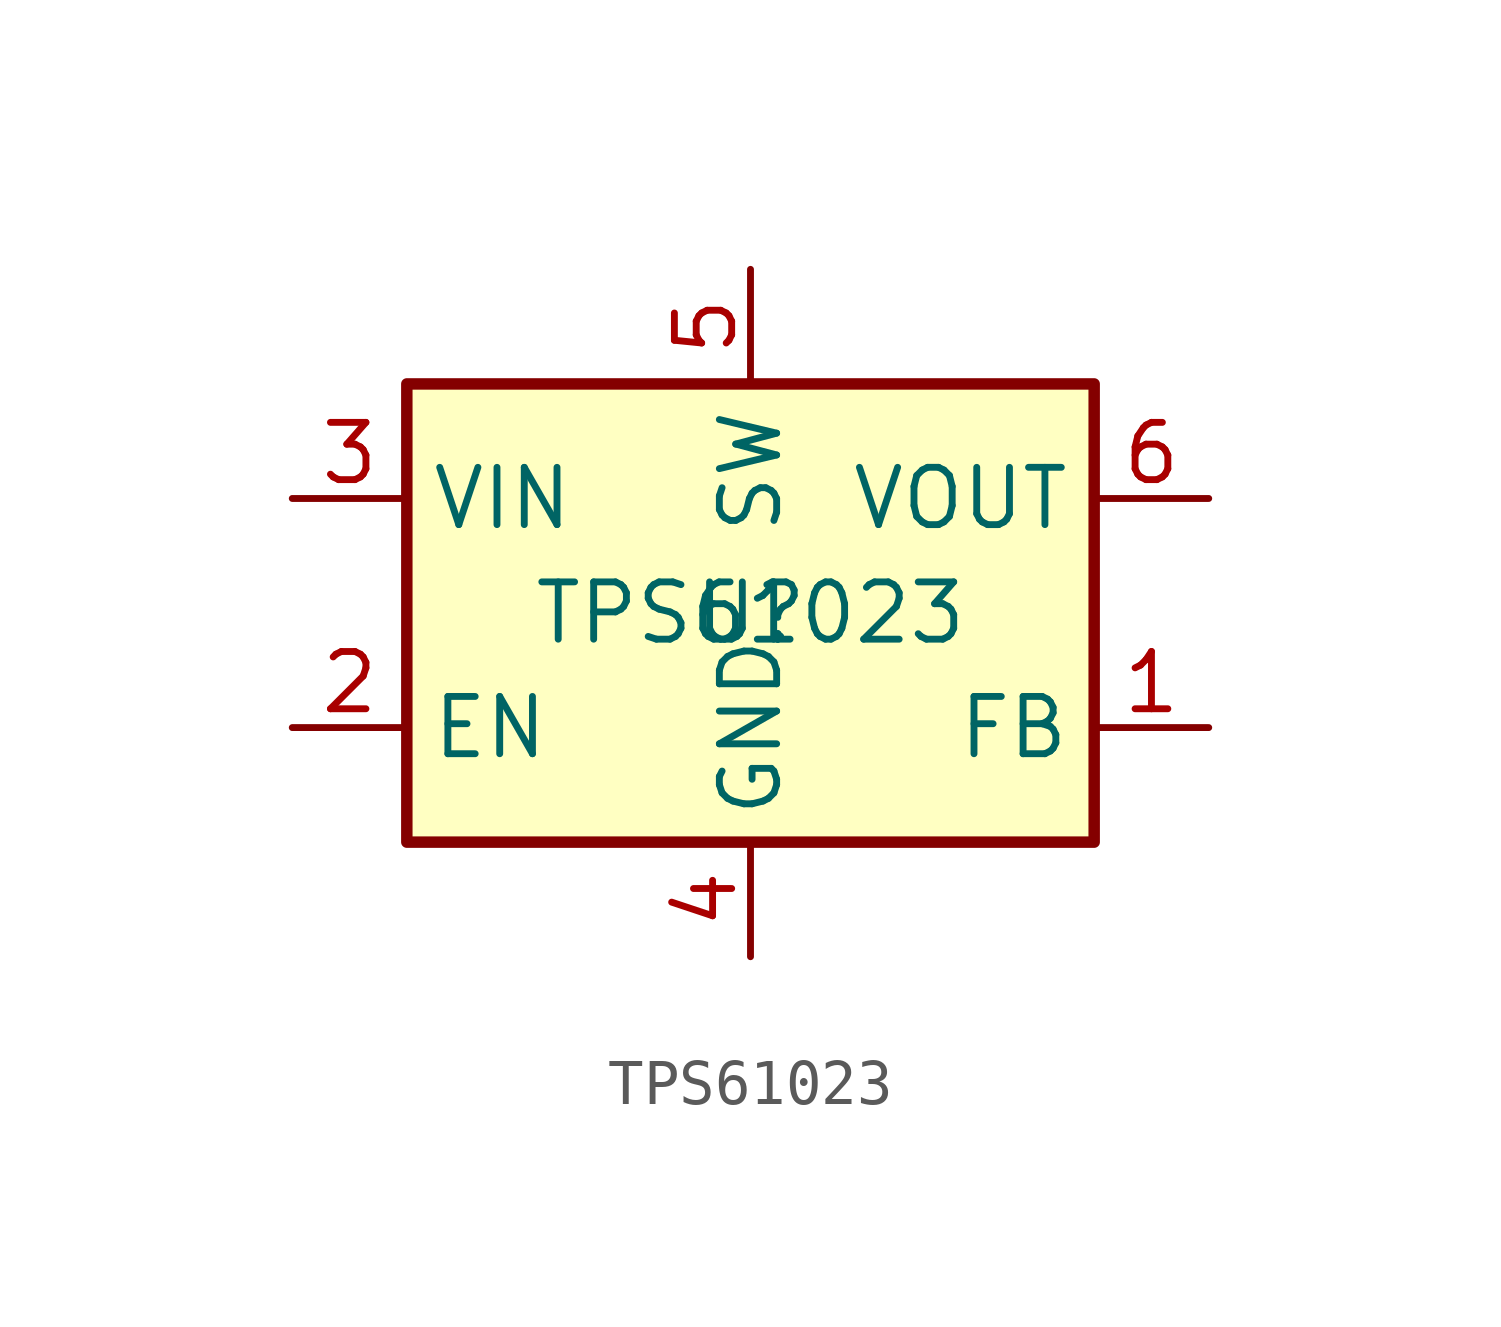
<source format=kicad_sym>
(kicad_symbol_lib
  (version 20241209)
  (generator "kicad_symbol_editor")
  (generator_version "9.0")
  (symbol "TPS61023"
    (property "Reference" "U"
      (at 0 0 0)
      (effects (font (size 1.27 1.27))))
    (property "Value" "TPS61023"
      (at 0 0 0)
      (effects (font (size 1.27 1.27))))
    (symbol "TPS61023_0_1"
      (rectangle (start -7.62 5.08) (end 7.62 -5.08) (stroke (width 0.254) (type default)) (fill (type background))))
    (symbol "TPS61023_1_1"
      (pin power_in line (at -10.16 2.54 0) (length 2.54) (name "VIN" (effects (font (size 1.27 1.27)))) (number "3" (effects (font (size 1.27 1.27)))))
      (pin input line (at -10.16 -2.54 0) (length 2.54) (name "EN" (effects (font (size 1.27 1.27)))) (number "2" (effects (font (size 1.27 1.27)))))
      (pin power_out line (at 0 7.62 270) (length 2.54) (name "SW" (effects (font (size 1.27 1.27)))) (number "5" (effects (font (size 1.27 1.27)))))
      (pin passive line (at 0 -7.62 90) (length 2.54) (name "GND" (effects (font (size 1.27 1.27)))) (number "4" (effects (font (size 1.27 1.27)))))
      (pin power_out line (at 10.16 2.54 180) (length 2.54) (name "VOUT" (effects (font (size 1.27 1.27)))) (number "6" (effects (font (size 1.27 1.27)))))
      (pin input line (at 10.16 -2.54 180) (length 2.54) (name "FB" (effects (font (size 1.27 1.27)))) (number "1" (effects (font (size 1.27 1.27))))))))
</source>
